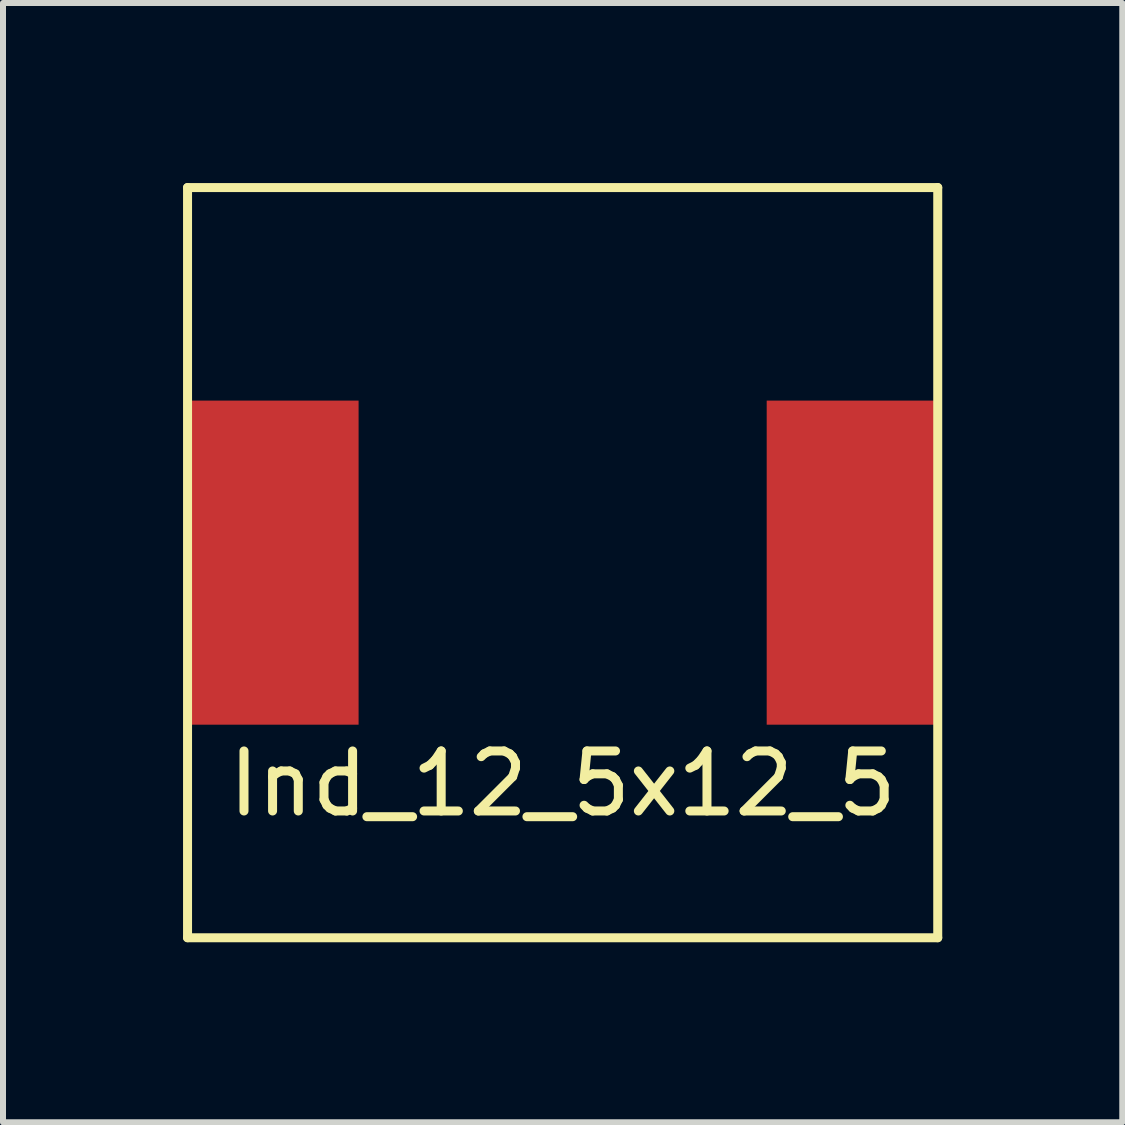
<source format=kicad_pcb>
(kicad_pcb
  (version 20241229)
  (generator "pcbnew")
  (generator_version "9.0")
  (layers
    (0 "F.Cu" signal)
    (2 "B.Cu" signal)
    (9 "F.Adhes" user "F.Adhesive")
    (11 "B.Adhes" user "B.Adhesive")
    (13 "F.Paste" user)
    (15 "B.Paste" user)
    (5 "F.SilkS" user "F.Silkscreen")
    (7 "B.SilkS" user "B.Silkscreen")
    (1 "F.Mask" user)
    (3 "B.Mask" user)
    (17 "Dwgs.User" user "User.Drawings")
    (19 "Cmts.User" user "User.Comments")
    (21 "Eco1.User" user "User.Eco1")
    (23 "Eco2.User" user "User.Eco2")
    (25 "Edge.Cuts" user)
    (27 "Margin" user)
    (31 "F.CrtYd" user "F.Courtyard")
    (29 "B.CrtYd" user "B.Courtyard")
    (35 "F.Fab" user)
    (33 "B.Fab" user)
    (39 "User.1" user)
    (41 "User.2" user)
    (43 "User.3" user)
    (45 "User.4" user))
  (footprint "Ind_12_5x12_5"
    (layer "F.Cu")
    (at 6.325 6.325)
    (property "Reference" "Ind_12_5x12_5" (at 0 3.683 0) (layer "F.SilkS") (effects (font (size 1 1) (thickness 0.15))))
    (attr through_hole)
    (fp_line (start -6.25 -6.25) (end 6.25 -6.25) (stroke (width 0.15) (type solid)) (layer "F.SilkS"))
    (fp_line (start -6.25 6.25) (end -6.25 -6.25) (stroke (width 0.15) (type solid)) (layer "F.SilkS"))
    (fp_line (start 6.25 -6.25) (end 6.25 6.25) (stroke (width 0.15) (type solid)) (layer "F.SilkS"))
    (fp_line (start 6.25 6.25) (end -6.25 6.25) (stroke (width 0.15) (type solid)) (layer "F.SilkS"))
    (pad "1" smd rect (at -4.85 0) (size 2.9 5.4) (layers "F.Cu" "F.Mask" "F.Paste"))
    (pad "2" smd rect (at 4.85 0) (size 2.9 5.4) (layers "F.Cu" "F.Mask" "F.Paste")))
  (gr_rect
    (start -3 -3)
    (end 15.65 15.65)
    (stroke (width 0.1) (type default))
    (fill no)
    (layer "Edge.Cuts")))
</source>
